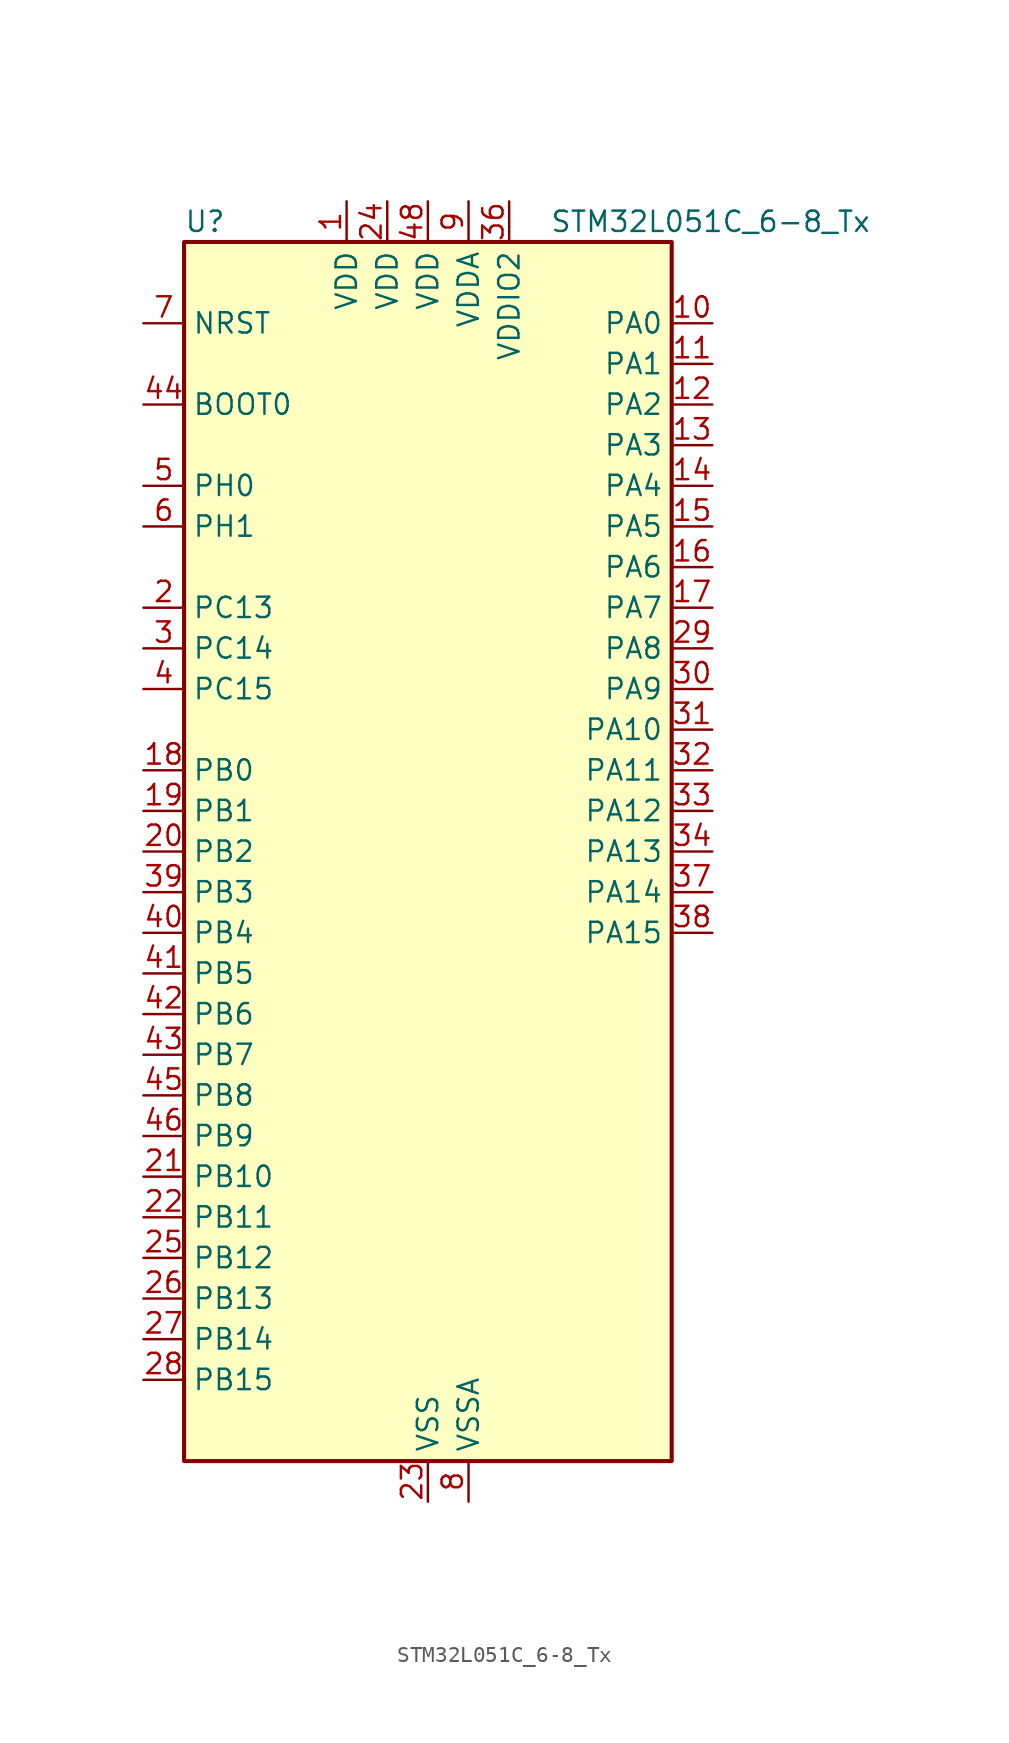
<source format=kicad_sym>
(kicad_symbol_lib
  (version 20241209)
  (generator "kicad_symbol_editor")
  (generator_version "9.0")
  (symbol "STM32L051C_6-8_Tx"
    (property "Reference" "U"
      (at -15.24 39.37 0)
      (effects (font (size 1.27 1.27)) (justify left)))
    (property "Value" "STM32L051C_6-8_Tx"
      (at 7.62 39.37 0)
      (effects (font (size 1.27 1.27)) (justify left)))
    (symbol "STM32L051C_6-8_Tx_0_1"
      (rectangle (start -15.24 -38.1) (end 15.24 38.1) (stroke (width 0.254) (type default)) (fill (type background))))
    (symbol "STM32L051C_6-8_Tx_1_1"
      (pin input line (at -17.78 33.02 0) (length 2.54) (name "NRST" (effects (font (size 1.27 1.27)))) (number "7" (effects (font (size 1.27 1.27)))))
      (pin input line (at -17.78 27.94 0) (length 2.54) (name "BOOT0" (effects (font (size 1.27 1.27)))) (number "44" (effects (font (size 1.27 1.27)))))
      (pin bidirectional line (at -17.78 22.86 0) (length 2.54) (name "PH0" (effects (font (size 1.27 1.27)))) (number "5" (effects (font (size 1.27 1.27)))) (alternate "RCC_OSC_IN" bidirectional line))
      (pin bidirectional line (at -17.78 20.32 0) (length 2.54) (name "PH1" (effects (font (size 1.27 1.27)))) (number "6" (effects (font (size 1.27 1.27)))) (alternate "RCC_OSC_OUT" bidirectional line))
      (pin bidirectional line (at -17.78 15.24 0) (length 2.54) (name "PC13" (effects (font (size 1.27 1.27)))) (number "2" (effects (font (size 1.27 1.27)))) (alternate "RTC_OUT_ALARM" bidirectional line) (alternate "RTC_OUT_CALIB" bidirectional line) (alternate "RTC_TAMP1" bidirectional line) (alternate "RTC_TS" bidirectional line) (alternate "SYS_WKUP2" bidirectional line))
      (pin bidirectional line (at -17.78 12.7 0) (length 2.54) (name "PC14" (effects (font (size 1.27 1.27)))) (number "3" (effects (font (size 1.27 1.27)))) (alternate "RCC_OSC32_IN" bidirectional line))
      (pin bidirectional line (at -17.78 10.16 0) (length 2.54) (name "PC15" (effects (font (size 1.27 1.27)))) (number "4" (effects (font (size 1.27 1.27)))) (alternate "RCC_OSC32_OUT" bidirectional line))
      (pin bidirectional line (at -17.78 5.08 0) (length 2.54) (name "PB0" (effects (font (size 1.27 1.27)))) (number "18" (effects (font (size 1.27 1.27)))) (alternate "ADC_IN8" bidirectional line) (alternate "SYS_VREF_OUT_PB0" bidirectional line))
      (pin bidirectional line (at -17.78 2.54 0) (length 2.54) (name "PB1" (effects (font (size 1.27 1.27)))) (number "19" (effects (font (size 1.27 1.27)))) (alternate "ADC_IN9" bidirectional line) (alternate "LPUART1_DE" bidirectional line) (alternate "LPUART1_RTS" bidirectional line) (alternate "SYS_VREF_OUT_PB1" bidirectional line))
      (pin bidirectional line (at -17.78 0 0) (length 2.54) (name "PB2" (effects (font (size 1.27 1.27)))) (number "20" (effects (font (size 1.27 1.27)))) (alternate "LPTIM1_OUT" bidirectional line))
      (pin bidirectional line (at -17.78 -2.54 0) (length 2.54) (name "PB3" (effects (font (size 1.27 1.27)))) (number "39" (effects (font (size 1.27 1.27)))) (alternate "COMP2_INM" bidirectional line) (alternate "SPI1_SCK" bidirectional line) (alternate "TIM2_CH2" bidirectional line))
      (pin bidirectional line (at -17.78 -5.08 0) (length 2.54) (name "PB4" (effects (font (size 1.27 1.27)))) (number "40" (effects (font (size 1.27 1.27)))) (alternate "COMP2_INP" bidirectional line) (alternate "SPI1_MISO" bidirectional line) (alternate "TIM22_CH1" bidirectional line))
      (pin bidirectional line (at -17.78 -7.62 0) (length 2.54) (name "PB5" (effects (font (size 1.27 1.27)))) (number "41" (effects (font (size 1.27 1.27)))) (alternate "COMP2_INP" bidirectional line) (alternate "I2C1_SMBA" bidirectional line) (alternate "LPTIM1_IN1" bidirectional line) (alternate "SPI1_MOSI" bidirectional line) (alternate "TIM22_CH2" bidirectional line))
      (pin bidirectional line (at -17.78 -10.16 0) (length 2.54) (name "PB6" (effects (font (size 1.27 1.27)))) (number "42" (effects (font (size 1.27 1.27)))) (alternate "COMP2_INP" bidirectional line) (alternate "I2C1_SCL" bidirectional line) (alternate "LPTIM1_ETR" bidirectional line) (alternate "USART1_TX" bidirectional line))
      (pin bidirectional line (at -17.78 -12.7 0) (length 2.54) (name "PB7" (effects (font (size 1.27 1.27)))) (number "43" (effects (font (size 1.27 1.27)))) (alternate "COMP2_INP" bidirectional line) (alternate "I2C1_SDA" bidirectional line) (alternate "LPTIM1_IN2" bidirectional line) (alternate "SYS_PVD_IN" bidirectional line) (alternate "USART1_RX" bidirectional line))
      (pin bidirectional line (at -17.78 -15.24 0) (length 2.54) (name "PB8" (effects (font (size 1.27 1.27)))) (number "45" (effects (font (size 1.27 1.27)))) (alternate "I2C1_SCL" bidirectional line))
      (pin bidirectional line (at -17.78 -17.78 0) (length 2.54) (name "PB9" (effects (font (size 1.27 1.27)))) (number "46" (effects (font (size 1.27 1.27)))) (alternate "I2C1_SDA" bidirectional line) (alternate "I2S2_WS" bidirectional line) (alternate "SPI2_NSS" bidirectional line))
      (pin bidirectional line (at -17.78 -20.32 0) (length 2.54) (name "PB10" (effects (font (size 1.27 1.27)))) (number "21" (effects (font (size 1.27 1.27)))) (alternate "I2C2_SCL" bidirectional line) (alternate "LPUART1_TX" bidirectional line) (alternate "SPI2_SCK" bidirectional line) (alternate "TIM2_CH3" bidirectional line))
      (pin bidirectional line (at -17.78 -22.86 0) (length 2.54) (name "PB11" (effects (font (size 1.27 1.27)))) (number "22" (effects (font (size 1.27 1.27)))) (alternate "ADC_EXTI11" bidirectional line) (alternate "I2C2_SDA" bidirectional line) (alternate "LPUART1_RX" bidirectional line) (alternate "TIM2_CH4" bidirectional line))
      (pin bidirectional line (at -17.78 -25.4 0) (length 2.54) (name "PB12" (effects (font (size 1.27 1.27)))) (number "25" (effects (font (size 1.27 1.27)))) (alternate "I2S2_WS" bidirectional line) (alternate "LPUART1_DE" bidirectional line) (alternate "LPUART1_RTS" bidirectional line) (alternate "SPI2_NSS" bidirectional line))
      (pin bidirectional line (at -17.78 -27.94 0) (length 2.54) (name "PB13" (effects (font (size 1.27 1.27)))) (number "26" (effects (font (size 1.27 1.27)))) (alternate "I2C2_SCL" bidirectional line) (alternate "I2S2_CK" bidirectional line) (alternate "LPUART1_CTS" bidirectional line) (alternate "SPI2_SCK" bidirectional line) (alternate "TIM21_CH1" bidirectional line))
      (pin bidirectional line (at -17.78 -30.48 0) (length 2.54) (name "PB14" (effects (font (size 1.27 1.27)))) (number "27" (effects (font (size 1.27 1.27)))) (alternate "I2C2_SDA" bidirectional line) (alternate "I2S2_MCK" bidirectional line) (alternate "LPUART1_DE" bidirectional line) (alternate "LPUART1_RTS" bidirectional line) (alternate "RTC_OUT_ALARM" bidirectional line) (alternate "RTC_OUT_CALIB" bidirectional line) (alternate "SPI2_MISO" bidirectional line) (alternate "TIM21_CH2" bidirectional line))
      (pin bidirectional line (at -17.78 -33.02 0) (length 2.54) (name "PB15" (effects (font (size 1.27 1.27)))) (number "28" (effects (font (size 1.27 1.27)))) (alternate "I2S2_SD" bidirectional line) (alternate "RTC_REFIN" bidirectional line) (alternate "SPI2_MOSI" bidirectional line))
      (pin power_in line (at -5.08 40.64 270) (length 2.54) (name "VDD" (effects (font (size 1.27 1.27)))) (number "1" (effects (font (size 1.27 1.27)))))
      (pin power_in line (at -2.54 40.64 270) (length 2.54) (name "VDD" (effects (font (size 1.27 1.27)))) (number "24" (effects (font (size 1.27 1.27)))))
      (pin power_in line (at 0 40.64 270) (length 2.54) (name "VDD" (effects (font (size 1.27 1.27)))) (number "48" (effects (font (size 1.27 1.27)))))
      (pin power_in line (at 0 -40.64 90) (length 2.54) (name "VSS" (effects (font (size 1.27 1.27)))) (number "23" (effects (font (size 1.27 1.27)))))
      (pin passive line (at 0 -40.64 90) (length 2.54) (hide yes) (name "VSS" (effects (font (size 1.27 1.27)))) (number "35" (effects (font (size 1.27 1.27)))))
      (pin passive line (at 0 -40.64 90) (length 2.54) (hide yes) (name "VSS" (effects (font (size 1.27 1.27)))) (number "47" (effects (font (size 1.27 1.27)))))
      (pin power_in line (at 2.54 40.64 270) (length 2.54) (name "VDDA" (effects (font (size 1.27 1.27)))) (number "9" (effects (font (size 1.27 1.27)))))
      (pin power_in line (at 2.54 -40.64 90) (length 2.54) (name "VSSA" (effects (font (size 1.27 1.27)))) (number "8" (effects (font (size 1.27 1.27)))))
      (pin power_in line (at 5.08 40.64 270) (length 2.54) (name "VDDIO2" (effects (font (size 1.27 1.27)))) (number "36" (effects (font (size 1.27 1.27)))))
      (pin bidirectional line (at 17.78 33.02 180) (length 2.54) (name "PA0" (effects (font (size 1.27 1.27)))) (number "10" (effects (font (size 1.27 1.27)))) (alternate "ADC_IN0" bidirectional line) (alternate "COMP1_INM" bidirectional line) (alternate "COMP1_OUT" bidirectional line) (alternate "RTC_TAMP2" bidirectional line) (alternate "SYS_WKUP1" bidirectional line) (alternate "TIM2_CH1" bidirectional line) (alternate "TIM2_ETR" bidirectional line) (alternate "USART2_CTS" bidirectional line))
      (pin bidirectional line (at 17.78 30.48 180) (length 2.54) (name "PA1" (effects (font (size 1.27 1.27)))) (number "11" (effects (font (size 1.27 1.27)))) (alternate "ADC_IN1" bidirectional line) (alternate "COMP1_INP" bidirectional line) (alternate "TIM21_ETR" bidirectional line) (alternate "TIM2_CH2" bidirectional line) (alternate "USART2_DE" bidirectional line) (alternate "USART2_RTS" bidirectional line))
      (pin bidirectional line (at 17.78 27.94 180) (length 2.54) (name "PA2" (effects (font (size 1.27 1.27)))) (number "12" (effects (font (size 1.27 1.27)))) (alternate "ADC_IN2" bidirectional line) (alternate "COMP2_INM" bidirectional line) (alternate "COMP2_OUT" bidirectional line) (alternate "TIM21_CH1" bidirectional line) (alternate "TIM2_CH3" bidirectional line) (alternate "USART2_TX" bidirectional line))
      (pin bidirectional line (at 17.78 25.4 180) (length 2.54) (name "PA3" (effects (font (size 1.27 1.27)))) (number "13" (effects (font (size 1.27 1.27)))) (alternate "ADC_IN3" bidirectional line) (alternate "COMP2_INP" bidirectional line) (alternate "TIM21_CH2" bidirectional line) (alternate "TIM2_CH4" bidirectional line) (alternate "USART2_RX" bidirectional line))
      (pin bidirectional line (at 17.78 22.86 180) (length 2.54) (name "PA4" (effects (font (size 1.27 1.27)))) (number "14" (effects (font (size 1.27 1.27)))) (alternate "ADC_IN4" bidirectional line) (alternate "COMP1_INM" bidirectional line) (alternate "COMP2_INM" bidirectional line) (alternate "SPI1_NSS" bidirectional line) (alternate "TIM22_ETR" bidirectional line) (alternate "USART2_CK" bidirectional line))
      (pin bidirectional line (at 17.78 20.32 180) (length 2.54) (name "PA5" (effects (font (size 1.27 1.27)))) (number "15" (effects (font (size 1.27 1.27)))) (alternate "ADC_IN5" bidirectional line) (alternate "COMP1_INM" bidirectional line) (alternate "COMP2_INM" bidirectional line) (alternate "SPI1_SCK" bidirectional line) (alternate "TIM2_CH1" bidirectional line) (alternate "TIM2_ETR" bidirectional line))
      (pin bidirectional line (at 17.78 17.78 180) (length 2.54) (name "PA6" (effects (font (size 1.27 1.27)))) (number "16" (effects (font (size 1.27 1.27)))) (alternate "ADC_IN6" bidirectional line) (alternate "COMP1_OUT" bidirectional line) (alternate "LPUART1_CTS" bidirectional line) (alternate "SPI1_MISO" bidirectional line) (alternate "TIM22_CH1" bidirectional line))
      (pin bidirectional line (at 17.78 15.24 180) (length 2.54) (name "PA7" (effects (font (size 1.27 1.27)))) (number "17" (effects (font (size 1.27 1.27)))) (alternate "ADC_IN7" bidirectional line) (alternate "COMP2_OUT" bidirectional line) (alternate "SPI1_MOSI" bidirectional line) (alternate "TIM22_CH2" bidirectional line))
      (pin bidirectional line (at 17.78 12.7 180) (length 2.54) (name "PA8" (effects (font (size 1.27 1.27)))) (number "29" (effects (font (size 1.27 1.27)))) (alternate "RCC_MCO" bidirectional line) (alternate "USART1_CK" bidirectional line))
      (pin bidirectional line (at 17.78 10.16 180) (length 2.54) (name "PA9" (effects (font (size 1.27 1.27)))) (number "30" (effects (font (size 1.27 1.27)))) (alternate "RCC_MCO" bidirectional line) (alternate "USART1_TX" bidirectional line))
      (pin bidirectional line (at 17.78 7.62 180) (length 2.54) (name "PA10" (effects (font (size 1.27 1.27)))) (number "31" (effects (font (size 1.27 1.27)))) (alternate "USART1_RX" bidirectional line))
      (pin bidirectional line (at 17.78 5.08 180) (length 2.54) (name "PA11" (effects (font (size 1.27 1.27)))) (number "32" (effects (font (size 1.27 1.27)))) (alternate "ADC_EXTI11" bidirectional line) (alternate "COMP1_OUT" bidirectional line) (alternate "SPI1_MISO" bidirectional line) (alternate "USART1_CTS" bidirectional line))
      (pin bidirectional line (at 17.78 2.54 180) (length 2.54) (name "PA12" (effects (font (size 1.27 1.27)))) (number "33" (effects (font (size 1.27 1.27)))) (alternate "COMP2_OUT" bidirectional line) (alternate "SPI1_MOSI" bidirectional line) (alternate "USART1_DE" bidirectional line) (alternate "USART1_RTS" bidirectional line))
      (pin bidirectional line (at 17.78 0 180) (length 2.54) (name "PA13" (effects (font (size 1.27 1.27)))) (number "34" (effects (font (size 1.27 1.27)))) (alternate "SYS_SWDIO" bidirectional line))
      (pin bidirectional line (at 17.78 -2.54 180) (length 2.54) (name "PA14" (effects (font (size 1.27 1.27)))) (number "37" (effects (font (size 1.27 1.27)))) (alternate "SYS_SWCLK" bidirectional line) (alternate "USART2_TX" bidirectional line))
      (pin bidirectional line (at 17.78 -5.08 180) (length 2.54) (name "PA15" (effects (font (size 1.27 1.27)))) (number "38" (effects (font (size 1.27 1.27)))) (alternate "SPI1_NSS" bidirectional line) (alternate "TIM2_CH1" bidirectional line) (alternate "TIM2_ETR" bidirectional line) (alternate "USART2_RX" bidirectional line)))))
</source>
